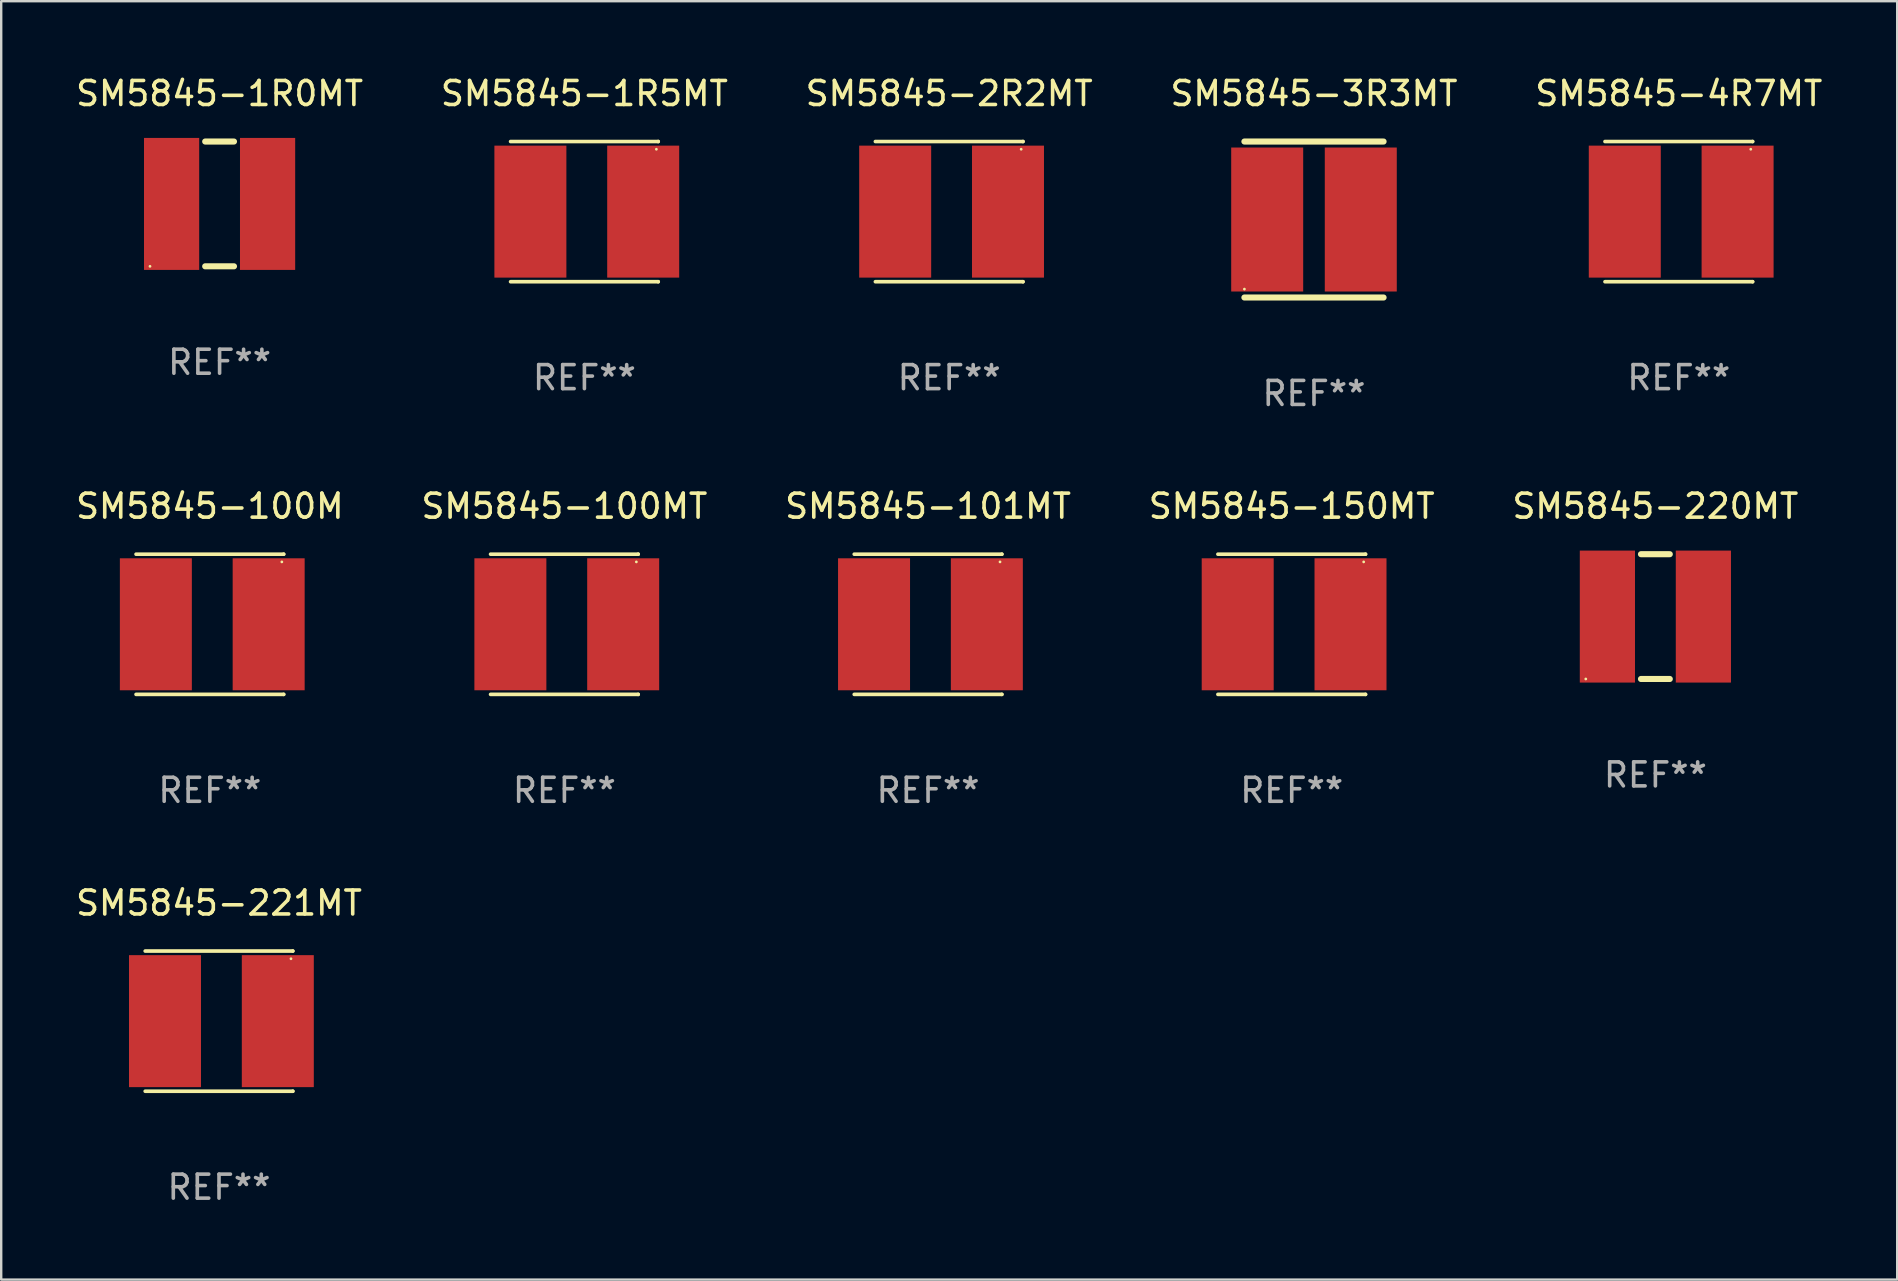
<source format=kicad_pcb>
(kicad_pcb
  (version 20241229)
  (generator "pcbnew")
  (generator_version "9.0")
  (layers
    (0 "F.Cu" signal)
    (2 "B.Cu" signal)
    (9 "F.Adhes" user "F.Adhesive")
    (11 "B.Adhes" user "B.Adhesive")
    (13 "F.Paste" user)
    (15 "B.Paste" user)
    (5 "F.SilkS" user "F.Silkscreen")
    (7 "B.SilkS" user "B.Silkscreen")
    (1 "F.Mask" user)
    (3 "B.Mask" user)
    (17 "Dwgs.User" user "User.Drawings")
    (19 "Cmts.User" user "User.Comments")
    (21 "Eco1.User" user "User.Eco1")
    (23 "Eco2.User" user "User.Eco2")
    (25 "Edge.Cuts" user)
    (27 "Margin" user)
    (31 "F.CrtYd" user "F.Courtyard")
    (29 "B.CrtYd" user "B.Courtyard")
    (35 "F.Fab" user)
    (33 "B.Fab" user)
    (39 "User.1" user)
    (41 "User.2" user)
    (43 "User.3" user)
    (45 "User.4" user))
  (footprint "SM5845-4R7MT"
    (layer "F.Cu")
    (at 66.911 5.769)
    (property "Reference" "SM5845-4R7MT" (at 0 -4.921 0) (layer "F.SilkS") (effects (font (size 1 1) (thickness 0.15))))
    (attr through_hole)
    (fp_line (start -3.076 2.921) (end 3.076 2.921) (stroke (width 0.152) (type solid)) (layer "F.SilkS"))
    (fp_line (start -3.076 -2.921) (end 3.076 -2.921) (stroke (width 0.152) (type solid)) (layer "F.SilkS"))
    (fp_line (start 3.076 2.921) (end 3.076 2.921) (stroke (width 0.152) (type solid)) (layer "F.SilkS"))
    (fp_line (start 3.076 -2.921) (end 3.076 -2.921) (stroke (width 0.152) (type solid)) (layer "F.SilkS"))
    (fp_circle (center 2.999 -2.6) (end 3.029 -2.6) (stroke (width 0.06) (type solid)) (fill no) (layer "F.SilkS"))
    (fp_text user "REF**" (at 0 6.921 0) (layer "F.Fab") (effects (font (size 1 1) (thickness 0.15))))
    (pad "1" smd rect (at 2.45 -0.000013) (size 3 5.5) (layers "F.Cu" "F.Mask" "F.Paste"))
    (pad "2" smd rect (at -2.251 -0.000013) (size 3 5.5) (layers "F.Cu" "F.Mask" "F.Paste")))
  (footprint "SM5845-150MT"
    (layer "F.Cu")
    (at 50.78 22.966)
    (property "Reference" "SM5845-150MT" (at 0 -4.921 0) (layer "F.SilkS") (effects (font (size 1 1) (thickness 0.15))))
    (attr through_hole)
    (fp_line (start -3.076 2.921) (end 3.076 2.921) (stroke (width 0.152) (type solid)) (layer "F.SilkS"))
    (fp_line (start -3.076 -2.921) (end 3.076 -2.921) (stroke (width 0.152) (type solid)) (layer "F.SilkS"))
    (fp_line (start 3.076 2.921) (end 3.076 2.921) (stroke (width 0.152) (type solid)) (layer "F.SilkS"))
    (fp_line (start 3.076 -2.921) (end 3.076 -2.921) (stroke (width 0.152) (type solid)) (layer "F.SilkS"))
    (fp_circle (center 2.999 -2.6) (end 3.029 -2.6) (stroke (width 0.06) (type solid)) (fill no) (layer "F.SilkS"))
    (fp_text user "REF**" (at 0 6.921 0) (layer "F.Fab") (effects (font (size 1 1) (thickness 0.15))))
    (pad "1" smd rect (at 2.45 -0.000013) (size 3 5.5) (layers "F.Cu" "F.Mask" "F.Paste"))
    (pad "2" smd rect (at -2.251 -0.000013) (size 3 5.5) (layers "F.Cu" "F.Mask" "F.Paste")))
  (footprint "SM5845-1R5MT"
    (layer "F.Cu")
    (at 21.304 5.769)
    (property "Reference" "SM5845-1R5MT" (at 0 -4.921 0) (layer "F.SilkS") (effects (font (size 1 1) (thickness 0.15))))
    (attr through_hole)
    (fp_line (start -3.076 2.921) (end 3.076 2.921) (stroke (width 0.152) (type solid)) (layer "F.SilkS"))
    (fp_line (start -3.076 -2.921) (end 3.076 -2.921) (stroke (width 0.152) (type solid)) (layer "F.SilkS"))
    (fp_line (start 3.076 2.921) (end 3.076 2.921) (stroke (width 0.152) (type solid)) (layer "F.SilkS"))
    (fp_line (start 3.076 -2.921) (end 3.076 -2.921) (stroke (width 0.152) (type solid)) (layer "F.SilkS"))
    (fp_circle (center 2.999 -2.6) (end 3.029 -2.6) (stroke (width 0.06) (type solid)) (fill no) (layer "F.SilkS"))
    (fp_text user "REF**" (at 0 6.921 0) (layer "F.Fab") (effects (font (size 1 1) (thickness 0.15))))
    (pad "1" smd rect (at 2.45 -0.000013) (size 3 5.5) (layers "F.Cu" "F.Mask" "F.Paste"))
    (pad "2" smd rect (at -2.251 -0.000013) (size 3 5.5) (layers "F.Cu" "F.Mask" "F.Paste")))
  (footprint "SM5845-100M"
    (layer "F.Cu")
    (at 5.696 22.966)
    (property "Reference" "SM5845-100M" (at 0 -4.921 0) (layer "F.SilkS") (effects (font (size 1 1) (thickness 0.15))))
    (attr through_hole)
    (fp_line (start -3.076 2.921) (end 3.076 2.921) (stroke (width 0.152) (type solid)) (layer "F.SilkS"))
    (fp_line (start -3.076 -2.921) (end 3.076 -2.921) (stroke (width 0.152) (type solid)) (layer "F.SilkS"))
    (fp_line (start 3.076 2.921) (end 3.076 2.921) (stroke (width 0.152) (type solid)) (layer "F.SilkS"))
    (fp_line (start 3.076 -2.921) (end 3.076 -2.921) (stroke (width 0.152) (type solid)) (layer "F.SilkS"))
    (fp_circle (center 2.999 -2.6) (end 3.029 -2.6) (stroke (width 0.06) (type solid)) (fill no) (layer "F.SilkS"))
    (fp_text user "REF**" (at 0 6.921 0) (layer "F.Fab") (effects (font (size 1 1) (thickness 0.15))))
    (pad "1" smd rect (at 2.45 -0.000013) (size 3 5.5) (layers "F.Cu" "F.Mask" "F.Paste"))
    (pad "2" smd rect (at -2.251 -0.000013) (size 3 5.5) (layers "F.Cu" "F.Mask" "F.Paste")))
  (footprint "SM5845-101MT"
    (layer "F.Cu")
    (at 35.625 22.966)
    (property "Reference" "SM5845-101MT" (at 0 -4.921 0) (layer "F.SilkS") (effects (font (size 1 1) (thickness 0.15))))
    (attr through_hole)
    (fp_line (start -3.076 2.921) (end 3.076 2.921) (stroke (width 0.152) (type solid)) (layer "F.SilkS"))
    (fp_line (start -3.076 -2.921) (end 3.076 -2.921) (stroke (width 0.152) (type solid)) (layer "F.SilkS"))
    (fp_line (start 3.076 2.921) (end 3.076 2.921) (stroke (width 0.152) (type solid)) (layer "F.SilkS"))
    (fp_line (start 3.076 -2.921) (end 3.076 -2.921) (stroke (width 0.152) (type solid)) (layer "F.SilkS"))
    (fp_circle (center 2.999 -2.6) (end 3.029 -2.6) (stroke (width 0.06) (type solid)) (fill no) (layer "F.SilkS"))
    (fp_text user "REF**" (at 0 6.921 0) (layer "F.Fab") (effects (font (size 1 1) (thickness 0.15))))
    (pad "1" smd rect (at 2.45 -0.000013) (size 3 5.5) (layers "F.Cu" "F.Mask" "F.Paste"))
    (pad "2" smd rect (at -2.251 -0.000013) (size 3 5.5) (layers "F.Cu" "F.Mask" "F.Paste")))
  (footprint "SM5845-3R3MT"
    (layer "F.Cu")
    (at 51.708 6.098)
    (property "Reference" "SM5845-3R3MT" (at 0 -5.25 0) (layer "F.SilkS") (effects (font (size 1 1) (thickness 0.15))))
    (attr through_hole)
    (fp_line (start -2.9 -3.25) (end 2.9 -3.25) (stroke (width 0.254) (type solid)) (layer "F.SilkS"))
    (fp_line (start -2.9 3.25) (end 2.9 3.25) (stroke (width 0.254) (type solid)) (layer "F.SilkS"))
    (fp_circle (center -2.9 2.9) (end -2.87 2.9) (stroke (width 0.06) (type solid)) (fill no) (layer "F.SilkS"))
    (fp_text user "REF**" (at 0 7.25 0) (layer "F.Fab") (effects (font (size 1 1) (thickness 0.15))))
    (pad "1" smd rect (at -1.95 0 90) (size 6 3) (layers "F.Cu" "F.Mask" "F.Paste"))
    (pad "2" smd rect (at 1.95 0 90) (size 6 3) (layers "F.Cu" "F.Mask" "F.Paste")))
  (footprint "SM5845-100MT"
    (layer "F.Cu")
    (at 20.47 22.966)
    (property "Reference" "SM5845-100MT" (at 0 -4.921 0) (layer "F.SilkS") (effects (font (size 1 1) (thickness 0.15))))
    (attr through_hole)
    (fp_line (start -3.076 2.921) (end 3.076 2.921) (stroke (width 0.152) (type solid)) (layer "F.SilkS"))
    (fp_line (start -3.076 -2.921) (end 3.076 -2.921) (stroke (width 0.152) (type solid)) (layer "F.SilkS"))
    (fp_line (start 3.076 2.921) (end 3.076 2.921) (stroke (width 0.152) (type solid)) (layer "F.SilkS"))
    (fp_line (start 3.076 -2.921) (end 3.076 -2.921) (stroke (width 0.152) (type solid)) (layer "F.SilkS"))
    (fp_circle (center 2.999 -2.6) (end 3.029 -2.6) (stroke (width 0.06) (type solid)) (fill no) (layer "F.SilkS"))
    (fp_text user "REF**" (at 0 6.921 0) (layer "F.Fab") (effects (font (size 1 1) (thickness 0.15))))
    (pad "1" smd rect (at 2.45 -0.000013) (size 3 5.5) (layers "F.Cu" "F.Mask" "F.Paste"))
    (pad "2" smd rect (at -2.251 -0.000013) (size 3 5.5) (layers "F.Cu" "F.Mask" "F.Paste")))
  (footprint "SM5845-221MT"
    (layer "F.Cu")
    (at 6.077 39.504)
    (property "Reference" "SM5845-221MT" (at 0 -4.921 0) (layer "F.SilkS") (effects (font (size 1 1) (thickness 0.15))))
    (attr through_hole)
    (fp_line (start -3.076 2.921) (end 3.076 2.921) (stroke (width 0.152) (type solid)) (layer "F.SilkS"))
    (fp_line (start -3.076 -2.921) (end 3.076 -2.921) (stroke (width 0.152) (type solid)) (layer "F.SilkS"))
    (fp_line (start 3.076 2.921) (end 3.076 2.921) (stroke (width 0.152) (type solid)) (layer "F.SilkS"))
    (fp_line (start 3.076 -2.921) (end 3.076 -2.921) (stroke (width 0.152) (type solid)) (layer "F.SilkS"))
    (fp_circle (center 2.999 -2.6) (end 3.029 -2.6) (stroke (width 0.06) (type solid)) (fill no) (layer "F.SilkS"))
    (fp_text user "REF**" (at 0 6.921 0) (layer "F.Fab") (effects (font (size 1 1) (thickness 0.15))))
    (pad "1" smd rect (at 2.45 -0.000013) (size 3 5.5) (layers "F.Cu" "F.Mask" "F.Paste"))
    (pad "2" smd rect (at -2.251 -0.000013) (size 3 5.5) (layers "F.Cu" "F.Mask" "F.Paste")))
  (footprint "SM5845-1R0MT"
    (layer "F.Cu")
    (at 6.101 5.448)
    (property "Reference" "SM5845-1R0MT" (at 0 -4.6 0) (layer "F.SilkS") (effects (font (size 1 1) (thickness 0.15))))
    (attr through_hole)
    (fp_line (start -0.6 -2.6) (end 0.6 -2.6) (stroke (width 0.254) (type solid)) (layer "F.SilkS"))
    (fp_line (start -0.6 2.6) (end 0.6 2.6) (stroke (width 0.254) (type solid)) (layer "F.SilkS"))
    (fp_circle (center -2.9 2.6) (end -2.87 2.6) (stroke (width 0.06) (type solid)) (fill no) (layer "F.SilkS"))
    (fp_text user "REF**" (at 0 6.6 0) (layer "F.Fab") (effects (font (size 1 1) (thickness 0.15))))
    (pad "1" smd rect (at -2 0 90) (size 5.5 2.3) (layers "F.Cu" "F.Mask" "F.Paste"))
    (pad "2" smd rect (at 2 0 90) (size 5.5 2.3) (layers "F.Cu" "F.Mask" "F.Paste")))
  (footprint "SM5845-220MT"
    (layer "F.Cu")
    (at 65.935 22.645)
    (property "Reference" "SM5845-220MT" (at 0 -4.6 0) (layer "F.SilkS") (effects (font (size 1 1) (thickness 0.15))))
    (attr through_hole)
    (fp_line (start -0.6 -2.6) (end 0.6 -2.6) (stroke (width 0.254) (type solid)) (layer "F.SilkS"))
    (fp_line (start -0.6 2.6) (end 0.6 2.6) (stroke (width 0.254) (type solid)) (layer "F.SilkS"))
    (fp_circle (center -2.9 2.6) (end -2.87 2.6) (stroke (width 0.06) (type solid)) (fill no) (layer "F.SilkS"))
    (fp_text user "REF**" (at 0 6.6 0) (layer "F.Fab") (effects (font (size 1 1) (thickness 0.15))))
    (pad "1" smd rect (at -2 0 90) (size 5.5 2.3) (layers "F.Cu" "F.Mask" "F.Paste"))
    (pad "2" smd rect (at 2 0 90) (size 5.5 2.3) (layers "F.Cu" "F.Mask" "F.Paste")))
  (footprint "SM5845-2R2MT"
    (layer "F.Cu")
    (at 36.506 5.769)
    (property "Reference" "SM5845-2R2MT" (at 0 -4.921 0) (layer "F.SilkS") (effects (font (size 1 1) (thickness 0.15))))
    (attr through_hole)
    (fp_line (start -3.076 2.921) (end 3.076 2.921) (stroke (width 0.152) (type solid)) (layer "F.SilkS"))
    (fp_line (start -3.076 -2.921) (end 3.076 -2.921) (stroke (width 0.152) (type solid)) (layer "F.SilkS"))
    (fp_line (start 3.076 2.921) (end 3.076 2.921) (stroke (width 0.152) (type solid)) (layer "F.SilkS"))
    (fp_line (start 3.076 -2.921) (end 3.076 -2.921) (stroke (width 0.152) (type solid)) (layer "F.SilkS"))
    (fp_circle (center 2.999 -2.6) (end 3.029 -2.6) (stroke (width 0.06) (type solid)) (fill no) (layer "F.SilkS"))
    (fp_text user "REF**" (at 0 6.921 0) (layer "F.Fab") (effects (font (size 1 1) (thickness 0.15))))
    (pad "1" smd rect (at 2.45 -0.000013) (size 3 5.5) (layers "F.Cu" "F.Mask" "F.Paste"))
    (pad "2" smd rect (at -2.251 -0.000013) (size 3 5.5) (layers "F.Cu" "F.Mask" "F.Paste")))
  (gr_rect
    (start -3 -3)
    (end 76.012 50.274)
    (stroke (width 0.1) (type default))
    (fill no)
    (layer "Edge.Cuts")))
</source>
